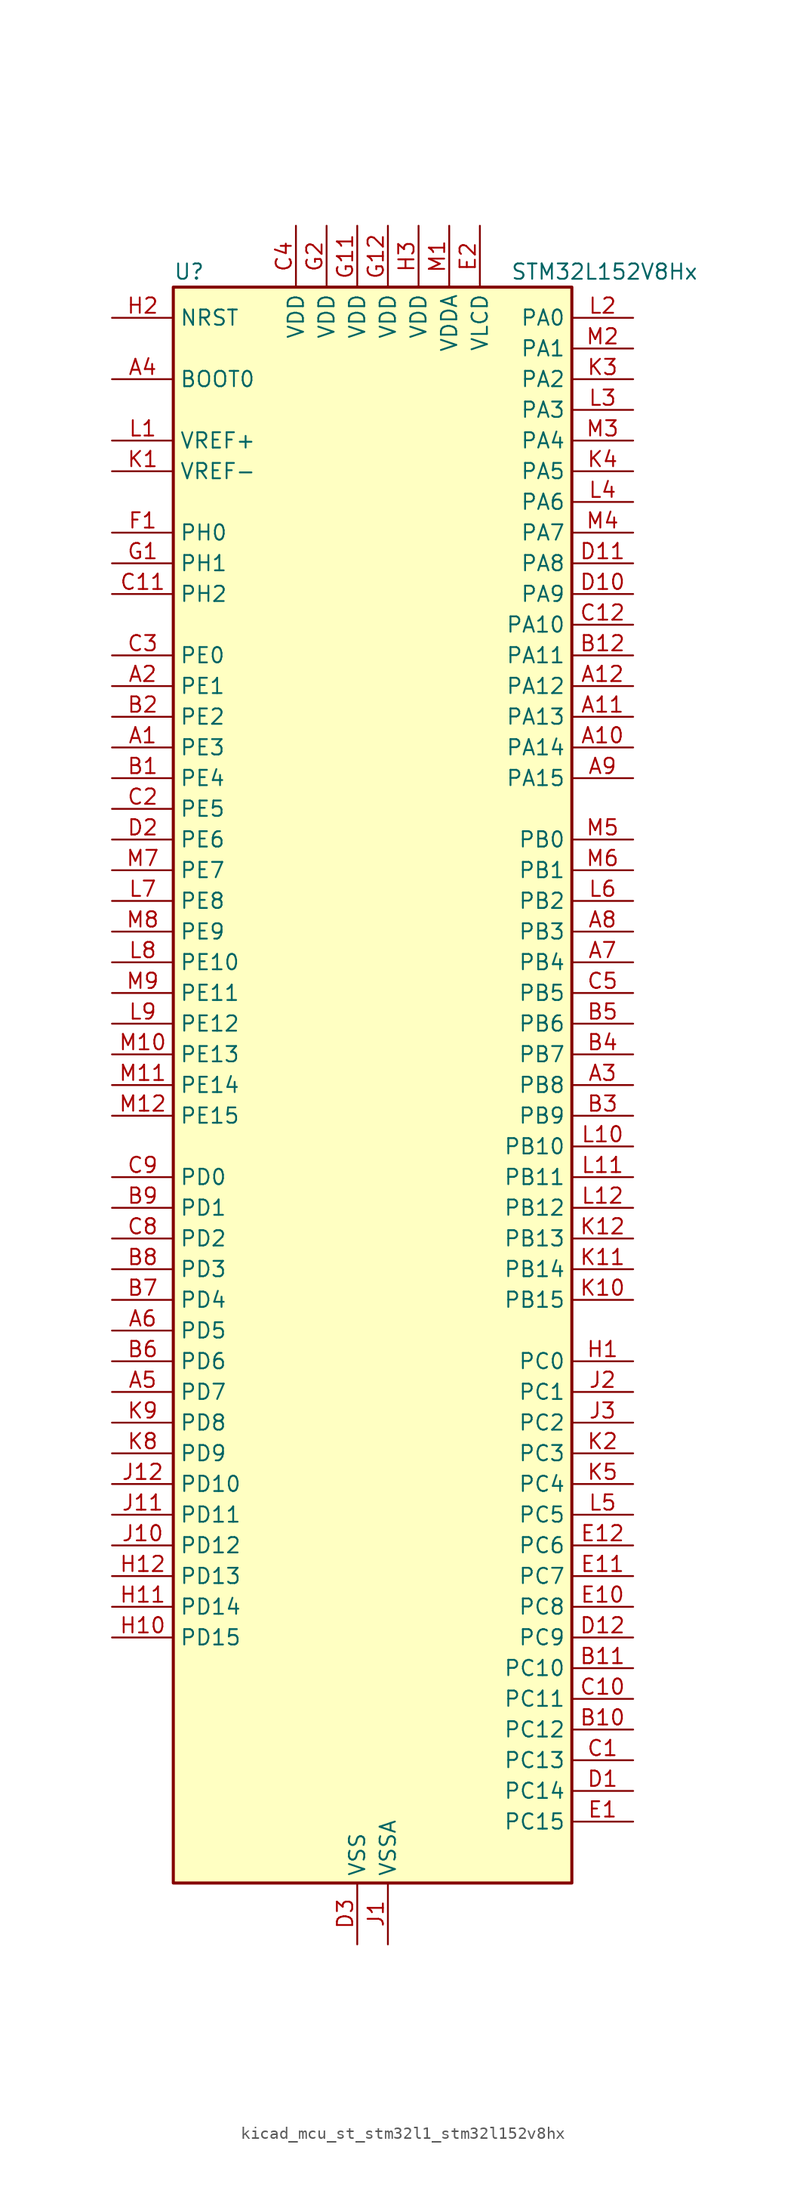
<source format=kicad_sym>
(kicad_symbol_lib
  (version 20220914)
  (generator kicad_symbol_editor)
  (symbol "kicad_mcu_st_stm32l1_stm32l152v8hx"
    (property "Reference" "U"
      (at -15.24 67.31 0)
      (effects (font (size 1.27 1.27)) (justify left)))
    (property "Value" "STM32L152V8Hx"
      (at 12.7 67.31 0)
      (effects (font (size 1.27 1.27)) (justify left)))
    (property "ki_locked" ""
      (at 0 0 0)
      (effects (font (size 1.27 1.27))))
    (symbol "kicad_mcu_st_stm32l1_stm32l152v8hx_0_1"
      (rectangle (start -15.24 -66.04) (end 17.78 66.04) (stroke (width 0.254) (type default)) (fill (type background))))
    (symbol "kicad_mcu_st_stm32l1_stm32l152v8hx_1_1"
      (pin bidirectional line (at -20.32 27.94 0) (length 5.08) (name "PE3" (effects (font (size 1.27 1.27)))) (number "A1" (effects (font (size 1.27 1.27)))) (alternate "LCD_SEG39" bidirectional line) (alternate "SYS_TRACED0" bidirectional line) (alternate "TIM3_CH1" bidirectional line) (alternate "TIMX_IC4" bidirectional line))
      (pin bidirectional line (at 22.86 27.94 180) (length 5.08) (name "PA14" (effects (font (size 1.27 1.27)))) (number "A10" (effects (font (size 1.27 1.27)))) (alternate "SYS_JTCK-SWCLK" bidirectional line) (alternate "TIMX_IC3" bidirectional line) (alternate "TS_G5_IO2" bidirectional line))
      (pin bidirectional line (at 22.86 30.48 180) (length 5.08) (name "PA13" (effects (font (size 1.27 1.27)))) (number "A11" (effects (font (size 1.27 1.27)))) (alternate "SYS_JTMS-SWDIO" bidirectional line) (alternate "TIMX_IC2" bidirectional line) (alternate "TS_G5_IO1" bidirectional line))
      (pin bidirectional line (at 22.86 33.02 180) (length 5.08) (name "PA12" (effects (font (size 1.27 1.27)))) (number "A12" (effects (font (size 1.27 1.27)))) (alternate "SPI1_MOSI" bidirectional line) (alternate "TIMX_IC1" bidirectional line) (alternate "USART1_RTS" bidirectional line) (alternate "USB_DP" bidirectional line))
      (pin bidirectional line (at -20.32 33.02 0) (length 5.08) (name "PE1" (effects (font (size 1.27 1.27)))) (number "A2" (effects (font (size 1.27 1.27)))) (alternate "LCD_SEG37" bidirectional line) (alternate "TIM11_CH1" bidirectional line) (alternate "TIMX_IC2" bidirectional line))
      (pin bidirectional line (at 22.86 0 180) (length 5.08) (name "PB8" (effects (font (size 1.27 1.27)))) (number "A3" (effects (font (size 1.27 1.27)))) (alternate "I2C1_SCL" bidirectional line) (alternate "LCD_SEG16" bidirectional line) (alternate "TIM10_CH1" bidirectional line) (alternate "TIM4_CH3" bidirectional line))
      (pin input line (at -20.32 58.42 0) (length 5.08) (name "BOOT0" (effects (font (size 1.27 1.27)))) (number "A4" (effects (font (size 1.27 1.27)))))
      (pin bidirectional line (at -20.32 -25.4 0) (length 5.08) (name "PD7" (effects (font (size 1.27 1.27)))) (number "A5" (effects (font (size 1.27 1.27)))) (alternate "TIM9_CH2" bidirectional line) (alternate "TIMX_IC4" bidirectional line) (alternate "USART2_CK" bidirectional line))
      (pin bidirectional line (at -20.32 -20.32 0) (length 5.08) (name "PD5" (effects (font (size 1.27 1.27)))) (number "A6" (effects (font (size 1.27 1.27)))) (alternate "TIMX_IC2" bidirectional line) (alternate "USART2_TX" bidirectional line))
      (pin bidirectional line (at 22.86 10.16 180) (length 5.08) (name "PB4" (effects (font (size 1.27 1.27)))) (number "A7" (effects (font (size 1.27 1.27)))) (alternate "COMP2_INP" bidirectional line) (alternate "LCD_SEG8" bidirectional line) (alternate "SPI1_MISO" bidirectional line) (alternate "SYS_JTRST" bidirectional line) (alternate "TIM3_CH1" bidirectional line) (alternate "TS_G6_IO1" bidirectional line))
      (pin bidirectional line (at 22.86 12.7 180) (length 5.08) (name "PB3" (effects (font (size 1.27 1.27)))) (number "A8" (effects (font (size 1.27 1.27)))) (alternate "COMP2_INM" bidirectional line) (alternate "LCD_SEG7" bidirectional line) (alternate "SPI1_SCK" bidirectional line) (alternate "SYS_JTDO-TRACESWO" bidirectional line) (alternate "TIM2_CH2" bidirectional line))
      (pin bidirectional line (at 22.86 25.4 180) (length 5.08) (name "PA15" (effects (font (size 1.27 1.27)))) (number "A9" (effects (font (size 1.27 1.27)))) (alternate "ADC_EXTI15" bidirectional line) (alternate "LCD_SEG17" bidirectional line) (alternate "SPI1_NSS" bidirectional line) (alternate "SYS_JTDI" bidirectional line) (alternate "TIM2_CH1" bidirectional line) (alternate "TIM2_ETR" bidirectional line) (alternate "TIMX_IC4" bidirectional line) (alternate "TS_G5_IO3" bidirectional line))
      (pin bidirectional line (at -20.32 25.4 0) (length 5.08) (name "PE4" (effects (font (size 1.27 1.27)))) (number "B1" (effects (font (size 1.27 1.27)))) (alternate "SYS_TRACED1" bidirectional line) (alternate "TIM3_CH2" bidirectional line) (alternate "TIMX_IC1" bidirectional line))
      (pin bidirectional line (at 22.86 -53.34 180) (length 5.08) (name "PC12" (effects (font (size 1.27 1.27)))) (number "B10" (effects (font (size 1.27 1.27)))) (alternate "LCD_COM6" bidirectional line) (alternate "LCD_SEG30" bidirectional line) (alternate "LCD_SEG42" bidirectional line) (alternate "TIMX_IC1" bidirectional line) (alternate "USART3_CK" bidirectional line))
      (pin bidirectional line (at 22.86 -48.26 180) (length 5.08) (name "PC10" (effects (font (size 1.27 1.27)))) (number "B11" (effects (font (size 1.27 1.27)))) (alternate "LCD_COM4" bidirectional line) (alternate "LCD_SEG28" bidirectional line) (alternate "LCD_SEG40" bidirectional line) (alternate "TIMX_IC3" bidirectional line) (alternate "USART3_TX" bidirectional line))
      (pin bidirectional line (at 22.86 35.56 180) (length 5.08) (name "PA11" (effects (font (size 1.27 1.27)))) (number "B12" (effects (font (size 1.27 1.27)))) (alternate "ADC_EXTI11" bidirectional line) (alternate "SPI1_MISO" bidirectional line) (alternate "TIMX_IC4" bidirectional line) (alternate "USART1_CTS" bidirectional line) (alternate "USB_DM" bidirectional line))
      (pin bidirectional line (at -20.32 30.48 0) (length 5.08) (name "PE2" (effects (font (size 1.27 1.27)))) (number "B2" (effects (font (size 1.27 1.27)))) (alternate "LCD_SEG38" bidirectional line) (alternate "SYS_TRACECK" bidirectional line) (alternate "TIM3_ETR" bidirectional line) (alternate "TIMX_IC3" bidirectional line))
      (pin bidirectional line (at 22.86 -2.54 180) (length 5.08) (name "PB9" (effects (font (size 1.27 1.27)))) (number "B3" (effects (font (size 1.27 1.27)))) (alternate "DAC_EXTI9" bidirectional line) (alternate "I2C1_SDA" bidirectional line) (alternate "LCD_COM3" bidirectional line) (alternate "TIM11_CH1" bidirectional line) (alternate "TIM4_CH4" bidirectional line))
      (pin bidirectional line (at 22.86 2.54 180) (length 5.08) (name "PB7" (effects (font (size 1.27 1.27)))) (number "B4" (effects (font (size 1.27 1.27)))) (alternate "I2C1_SDA" bidirectional line) (alternate "SYS_PVD_IN" bidirectional line) (alternate "TIM4_CH2" bidirectional line) (alternate "USART1_RX" bidirectional line))
      (pin bidirectional line (at 22.86 5.08 180) (length 5.08) (name "PB6" (effects (font (size 1.27 1.27)))) (number "B5" (effects (font (size 1.27 1.27)))) (alternate "I2C1_SCL" bidirectional line) (alternate "TIM4_CH1" bidirectional line) (alternate "USART1_TX" bidirectional line))
      (pin bidirectional line (at -20.32 -22.86 0) (length 5.08) (name "PD6" (effects (font (size 1.27 1.27)))) (number "B6" (effects (font (size 1.27 1.27)))) (alternate "TIMX_IC3" bidirectional line) (alternate "USART2_RX" bidirectional line))
      (pin bidirectional line (at -20.32 -17.78 0) (length 5.08) (name "PD4" (effects (font (size 1.27 1.27)))) (number "B7" (effects (font (size 1.27 1.27)))) (alternate "SPI2_MOSI" bidirectional line) (alternate "TIMX_IC1" bidirectional line) (alternate "USART2_RTS" bidirectional line))
      (pin bidirectional line (at -20.32 -15.24 0) (length 5.08) (name "PD3" (effects (font (size 1.27 1.27)))) (number "B8" (effects (font (size 1.27 1.27)))) (alternate "SPI2_MISO" bidirectional line) (alternate "TIMX_IC4" bidirectional line) (alternate "USART2_CTS" bidirectional line))
      (pin bidirectional line (at -20.32 -10.16 0) (length 5.08) (name "PD1" (effects (font (size 1.27 1.27)))) (number "B9" (effects (font (size 1.27 1.27)))) (alternate "SPI2_SCK" bidirectional line) (alternate "TIMX_IC2" bidirectional line))
      (pin bidirectional line (at 22.86 -55.88 180) (length 5.08) (name "PC13" (effects (font (size 1.27 1.27)))) (number "C1" (effects (font (size 1.27 1.27)))) (alternate "RTC_OUT_ALARM" bidirectional line) (alternate "RTC_OUT_CALIB" bidirectional line) (alternate "RTC_TAMP1" bidirectional line) (alternate "RTC_TS" bidirectional line) (alternate "SYS_WKUP2" bidirectional line) (alternate "TIMX_IC2" bidirectional line))
      (pin bidirectional line (at 22.86 -50.8 180) (length 5.08) (name "PC11" (effects (font (size 1.27 1.27)))) (number "C10" (effects (font (size 1.27 1.27)))) (alternate "ADC_EXTI11" bidirectional line) (alternate "LCD_COM5" bidirectional line) (alternate "LCD_SEG29" bidirectional line) (alternate "LCD_SEG41" bidirectional line) (alternate "TIMX_IC4" bidirectional line) (alternate "USART3_RX" bidirectional line))
      (pin bidirectional line (at -20.32 40.64 0) (length 5.08) (name "PH2" (effects (font (size 1.27 1.27)))) (number "C11" (effects (font (size 1.27 1.27)))))
      (pin bidirectional line (at 22.86 38.1 180) (length 5.08) (name "PA10" (effects (font (size 1.27 1.27)))) (number "C12" (effects (font (size 1.27 1.27)))) (alternate "LCD_COM2" bidirectional line) (alternate "TIMX_IC3" bidirectional line) (alternate "TS_G4_IO3" bidirectional line) (alternate "USART1_RX" bidirectional line))
      (pin bidirectional line (at -20.32 22.86 0) (length 5.08) (name "PE5" (effects (font (size 1.27 1.27)))) (number "C2" (effects (font (size 1.27 1.27)))) (alternate "SYS_TRACED2" bidirectional line) (alternate "TIM9_CH1" bidirectional line) (alternate "TIMX_IC2" bidirectional line))
      (pin bidirectional line (at -20.32 35.56 0) (length 5.08) (name "PE0" (effects (font (size 1.27 1.27)))) (number "C3" (effects (font (size 1.27 1.27)))) (alternate "LCD_SEG36" bidirectional line) (alternate "TIM10_CH1" bidirectional line) (alternate "TIM4_ETR" bidirectional line) (alternate "TIMX_IC1" bidirectional line))
      (pin power_in line (at -5.08 71.12 270) (length 5.08) (name "VDD" (effects (font (size 1.27 1.27)))) (number "C4" (effects (font (size 1.27 1.27)))))
      (pin bidirectional line (at 22.86 7.62 180) (length 5.08) (name "PB5" (effects (font (size 1.27 1.27)))) (number "C5" (effects (font (size 1.27 1.27)))) (alternate "COMP2_INP" bidirectional line) (alternate "I2C1_SMBA" bidirectional line) (alternate "LCD_SEG9" bidirectional line) (alternate "SPI1_MOSI" bidirectional line) (alternate "TIM3_CH2" bidirectional line) (alternate "TS_G6_IO2" bidirectional line))
      (pin bidirectional line (at -20.32 -12.7 0) (length 5.08) (name "PD2" (effects (font (size 1.27 1.27)))) (number "C8" (effects (font (size 1.27 1.27)))) (alternate "LCD_COM7" bidirectional line) (alternate "LCD_SEG31" bidirectional line) (alternate "LCD_SEG43" bidirectional line) (alternate "TIM3_ETR" bidirectional line) (alternate "TIMX_IC3" bidirectional line))
      (pin bidirectional line (at -20.32 -7.62 0) (length 5.08) (name "PD0" (effects (font (size 1.27 1.27)))) (number "C9" (effects (font (size 1.27 1.27)))) (alternate "SPI2_NSS" bidirectional line) (alternate "TIM9_CH1" bidirectional line) (alternate "TIMX_IC1" bidirectional line))
      (pin bidirectional line (at 22.86 -58.42 180) (length 5.08) (name "PC14" (effects (font (size 1.27 1.27)))) (number "D1" (effects (font (size 1.27 1.27)))) (alternate "RCC_OSC32_IN" bidirectional line) (alternate "TIMX_IC3" bidirectional line))
      (pin bidirectional line (at 22.86 40.64 180) (length 5.08) (name "PA9" (effects (font (size 1.27 1.27)))) (number "D10" (effects (font (size 1.27 1.27)))) (alternate "DAC_EXTI9" bidirectional line) (alternate "LCD_COM1" bidirectional line) (alternate "TIMX_IC2" bidirectional line) (alternate "TS_G4_IO2" bidirectional line) (alternate "USART1_TX" bidirectional line))
      (pin bidirectional line (at 22.86 43.18 180) (length 5.08) (name "PA8" (effects (font (size 1.27 1.27)))) (number "D11" (effects (font (size 1.27 1.27)))) (alternate "LCD_COM0" bidirectional line) (alternate "RCC_MCO" bidirectional line) (alternate "TIMX_IC1" bidirectional line) (alternate "TS_G4_IO1" bidirectional line) (alternate "USART1_CK" bidirectional line))
      (pin bidirectional line (at 22.86 -45.72 180) (length 5.08) (name "PC9" (effects (font (size 1.27 1.27)))) (number "D12" (effects (font (size 1.27 1.27)))) (alternate "DAC_EXTI9" bidirectional line) (alternate "LCD_SEG27" bidirectional line) (alternate "TIM3_CH4" bidirectional line) (alternate "TIMX_IC2" bidirectional line) (alternate "TS_G10_IO4" bidirectional line))
      (pin bidirectional line (at -20.32 20.32 0) (length 5.08) (name "PE6" (effects (font (size 1.27 1.27)))) (number "D2" (effects (font (size 1.27 1.27)))) (alternate "SYS_TRACED3" bidirectional line) (alternate "SYS_WKUP3" bidirectional line) (alternate "TIM9_CH2" bidirectional line) (alternate "TIMX_IC3" bidirectional line))
      (pin power_in line (at 0 -71.12 90) (length 5.08) (name "VSS" (effects (font (size 1.27 1.27)))) (number "D3" (effects (font (size 1.27 1.27)))))
      (pin bidirectional line (at 22.86 -60.96 180) (length 5.08) (name "PC15" (effects (font (size 1.27 1.27)))) (number "E1" (effects (font (size 1.27 1.27)))) (alternate "ADC_EXTI15" bidirectional line) (alternate "RCC_OSC32_OUT" bidirectional line) (alternate "TIMX_IC4" bidirectional line))
      (pin bidirectional line (at 22.86 -43.18 180) (length 5.08) (name "PC8" (effects (font (size 1.27 1.27)))) (number "E10" (effects (font (size 1.27 1.27)))) (alternate "LCD_SEG26" bidirectional line) (alternate "TIM3_CH3" bidirectional line) (alternate "TIMX_IC1" bidirectional line) (alternate "TS_G10_IO3" bidirectional line))
      (pin bidirectional line (at 22.86 -40.64 180) (length 5.08) (name "PC7" (effects (font (size 1.27 1.27)))) (number "E11" (effects (font (size 1.27 1.27)))) (alternate "LCD_SEG25" bidirectional line) (alternate "TIM3_CH2" bidirectional line) (alternate "TIMX_IC4" bidirectional line) (alternate "TS_G10_IO2" bidirectional line))
      (pin bidirectional line (at 22.86 -38.1 180) (length 5.08) (name "PC6" (effects (font (size 1.27 1.27)))) (number "E12" (effects (font (size 1.27 1.27)))) (alternate "LCD_SEG24" bidirectional line) (alternate "TIM3_CH1" bidirectional line) (alternate "TIMX_IC3" bidirectional line) (alternate "TS_G10_IO1" bidirectional line))
      (pin power_in line (at 10.16 71.12 270) (length 5.08) (name "VLCD" (effects (font (size 1.27 1.27)))) (number "E2" (effects (font (size 1.27 1.27)))))
      (pin passive line (at 0 -71.12 90) (length 5.08) hide (name "VSS" (effects (font (size 1.27 1.27)))) (number "E3" (effects (font (size 1.27 1.27)))))
      (pin bidirectional line (at -20.32 45.72 0) (length 5.08) (name "PH0" (effects (font (size 1.27 1.27)))) (number "F1" (effects (font (size 1.27 1.27)))) (alternate "RCC_OSC_IN" bidirectional line))
      (pin passive line (at 0 -71.12 90) (length 5.08) hide (name "VSS" (effects (font (size 1.27 1.27)))) (number "F11" (effects (font (size 1.27 1.27)))))
      (pin passive line (at 0 -71.12 90) (length 5.08) hide (name "VSS" (effects (font (size 1.27 1.27)))) (number "F12" (effects (font (size 1.27 1.27)))))
      (pin passive line (at 0 -71.12 90) (length 5.08) hide (name "VSS" (effects (font (size 1.27 1.27)))) (number "F2" (effects (font (size 1.27 1.27)))))
      (pin bidirectional line (at -20.32 43.18 0) (length 5.08) (name "PH1" (effects (font (size 1.27 1.27)))) (number "G1" (effects (font (size 1.27 1.27)))) (alternate "RCC_OSC_OUT" bidirectional line))
      (pin power_in line (at 0 71.12 270) (length 5.08) (name "VDD" (effects (font (size 1.27 1.27)))) (number "G11" (effects (font (size 1.27 1.27)))))
      (pin power_in line (at 2.54 71.12 270) (length 5.08) (name "VDD" (effects (font (size 1.27 1.27)))) (number "G12" (effects (font (size 1.27 1.27)))))
      (pin power_in line (at -2.54 71.12 270) (length 5.08) (name "VDD" (effects (font (size 1.27 1.27)))) (number "G2" (effects (font (size 1.27 1.27)))))
      (pin bidirectional line (at 22.86 -22.86 180) (length 5.08) (name "PC0" (effects (font (size 1.27 1.27)))) (number "H1" (effects (font (size 1.27 1.27)))) (alternate "ADC_IN10" bidirectional line) (alternate "COMP1_INP" bidirectional line) (alternate "LCD_SEG18" bidirectional line) (alternate "TIMX_IC1" bidirectional line) (alternate "TS_G8_IO1" bidirectional line))
      (pin bidirectional line (at -20.32 -45.72 0) (length 5.08) (name "PD15" (effects (font (size 1.27 1.27)))) (number "H10" (effects (font (size 1.27 1.27)))) (alternate "ADC_EXTI15" bidirectional line) (alternate "LCD_SEG35" bidirectional line) (alternate "TIM4_CH4" bidirectional line) (alternate "TIMX_IC4" bidirectional line))
      (pin bidirectional line (at -20.32 -43.18 0) (length 5.08) (name "PD14" (effects (font (size 1.27 1.27)))) (number "H11" (effects (font (size 1.27 1.27)))) (alternate "LCD_SEG34" bidirectional line) (alternate "TIM4_CH3" bidirectional line) (alternate "TIMX_IC3" bidirectional line))
      (pin bidirectional line (at -20.32 -40.64 0) (length 5.08) (name "PD13" (effects (font (size 1.27 1.27)))) (number "H12" (effects (font (size 1.27 1.27)))) (alternate "LCD_SEG33" bidirectional line) (alternate "TIM4_CH2" bidirectional line) (alternate "TIMX_IC2" bidirectional line))
      (pin input line (at -20.32 63.5 0) (length 5.08) (name "NRST" (effects (font (size 1.27 1.27)))) (number "H2" (effects (font (size 1.27 1.27)))))
      (pin power_in line (at 5.08 71.12 270) (length 5.08) (name "VDD" (effects (font (size 1.27 1.27)))) (number "H3" (effects (font (size 1.27 1.27)))))
      (pin power_in line (at 2.54 -71.12 90) (length 5.08) (name "VSSA" (effects (font (size 1.27 1.27)))) (number "J1" (effects (font (size 1.27 1.27)))))
      (pin bidirectional line (at -20.32 -38.1 0) (length 5.08) (name "PD12" (effects (font (size 1.27 1.27)))) (number "J10" (effects (font (size 1.27 1.27)))) (alternate "LCD_SEG32" bidirectional line) (alternate "TIM4_CH1" bidirectional line) (alternate "TIMX_IC1" bidirectional line) (alternate "USART3_RTS" bidirectional line))
      (pin bidirectional line (at -20.32 -35.56 0) (length 5.08) (name "PD11" (effects (font (size 1.27 1.27)))) (number "J11" (effects (font (size 1.27 1.27)))) (alternate "ADC_EXTI11" bidirectional line) (alternate "LCD_SEG31" bidirectional line) (alternate "TIMX_IC4" bidirectional line) (alternate "USART3_CTS" bidirectional line))
      (pin bidirectional line (at -20.32 -33.02 0) (length 5.08) (name "PD10" (effects (font (size 1.27 1.27)))) (number "J12" (effects (font (size 1.27 1.27)))) (alternate "LCD_SEG30" bidirectional line) (alternate "TIMX_IC3" bidirectional line) (alternate "USART3_CK" bidirectional line))
      (pin bidirectional line (at 22.86 -25.4 180) (length 5.08) (name "PC1" (effects (font (size 1.27 1.27)))) (number "J2" (effects (font (size 1.27 1.27)))) (alternate "ADC_IN11" bidirectional line) (alternate "COMP1_INP" bidirectional line) (alternate "LCD_SEG19" bidirectional line) (alternate "TIMX_IC2" bidirectional line) (alternate "TS_G8_IO2" bidirectional line))
      (pin bidirectional line (at 22.86 -27.94 180) (length 5.08) (name "PC2" (effects (font (size 1.27 1.27)))) (number "J3" (effects (font (size 1.27 1.27)))) (alternate "ADC_IN12" bidirectional line) (alternate "COMP1_INP" bidirectional line) (alternate "LCD_SEG20" bidirectional line) (alternate "TIMX_IC3" bidirectional line) (alternate "TS_G8_IO3" bidirectional line))
      (pin input line (at -20.32 50.8 0) (length 5.08) (name "VREF-" (effects (font (size 1.27 1.27)))) (number "K1" (effects (font (size 1.27 1.27)))))
      (pin bidirectional line (at 22.86 -17.78 180) (length 5.08) (name "PB15" (effects (font (size 1.27 1.27)))) (number "K10" (effects (font (size 1.27 1.27)))) (alternate "ADC_EXTI15" bidirectional line) (alternate "ADC_IN21" bidirectional line) (alternate "COMP1_INP" bidirectional line) (alternate "LCD_SEG15" bidirectional line) (alternate "RTC_REFIN" bidirectional line) (alternate "SPI2_MOSI" bidirectional line) (alternate "TIM11_CH1" bidirectional line) (alternate "TS_G7_IO4" bidirectional line))
      (pin bidirectional line (at 22.86 -15.24 180) (length 5.08) (name "PB14" (effects (font (size 1.27 1.27)))) (number "K11" (effects (font (size 1.27 1.27)))) (alternate "ADC_IN20" bidirectional line) (alternate "COMP1_INP" bidirectional line) (alternate "LCD_SEG14" bidirectional line) (alternate "SPI2_MISO" bidirectional line) (alternate "TIM9_CH2" bidirectional line) (alternate "TS_G7_IO3" bidirectional line) (alternate "USART3_RTS" bidirectional line))
      (pin bidirectional line (at 22.86 -12.7 180) (length 5.08) (name "PB13" (effects (font (size 1.27 1.27)))) (number "K12" (effects (font (size 1.27 1.27)))) (alternate "ADC_IN19" bidirectional line) (alternate "COMP1_INP" bidirectional line) (alternate "LCD_SEG13" bidirectional line) (alternate "SPI2_SCK" bidirectional line) (alternate "TIM9_CH1" bidirectional line) (alternate "TS_G7_IO2" bidirectional line) (alternate "USART3_CTS" bidirectional line))
      (pin bidirectional line (at 22.86 -30.48 180) (length 5.08) (name "PC3" (effects (font (size 1.27 1.27)))) (number "K2" (effects (font (size 1.27 1.27)))) (alternate "ADC_IN13" bidirectional line) (alternate "COMP1_INP" bidirectional line) (alternate "LCD_SEG21" bidirectional line) (alternate "TIMX_IC4" bidirectional line) (alternate "TS_G8_IO4" bidirectional line))
      (pin bidirectional line (at 22.86 58.42 180) (length 5.08) (name "PA2" (effects (font (size 1.27 1.27)))) (number "K3" (effects (font (size 1.27 1.27)))) (alternate "ADC_IN2" bidirectional line) (alternate "COMP1_INP" bidirectional line) (alternate "LCD_SEG1" bidirectional line) (alternate "TIM2_CH3" bidirectional line) (alternate "TIM9_CH1" bidirectional line) (alternate "TIMX_IC3" bidirectional line) (alternate "TS_G1_IO3" bidirectional line) (alternate "USART2_TX" bidirectional line))
      (pin bidirectional line (at 22.86 50.8 180) (length 5.08) (name "PA5" (effects (font (size 1.27 1.27)))) (number "K4" (effects (font (size 1.27 1.27)))) (alternate "ADC_IN5" bidirectional line) (alternate "COMP1_INP" bidirectional line) (alternate "DAC_OUT2" bidirectional line) (alternate "SPI1_SCK" bidirectional line) (alternate "TIM2_CH1" bidirectional line) (alternate "TIM2_ETR" bidirectional line) (alternate "TIMX_IC2" bidirectional line))
      (pin bidirectional line (at 22.86 -33.02 180) (length 5.08) (name "PC4" (effects (font (size 1.27 1.27)))) (number "K5" (effects (font (size 1.27 1.27)))) (alternate "ADC_IN14" bidirectional line) (alternate "COMP1_INP" bidirectional line) (alternate "LCD_SEG22" bidirectional line) (alternate "TIMX_IC1" bidirectional line) (alternate "TS_G9_IO1" bidirectional line))
      (pin bidirectional line (at -20.32 -30.48 0) (length 5.08) (name "PD9" (effects (font (size 1.27 1.27)))) (number "K8" (effects (font (size 1.27 1.27)))) (alternate "DAC_EXTI9" bidirectional line) (alternate "LCD_SEG29" bidirectional line) (alternate "TIMX_IC2" bidirectional line) (alternate "USART3_RX" bidirectional line))
      (pin bidirectional line (at -20.32 -27.94 0) (length 5.08) (name "PD8" (effects (font (size 1.27 1.27)))) (number "K9" (effects (font (size 1.27 1.27)))) (alternate "LCD_SEG28" bidirectional line) (alternate "TIMX_IC1" bidirectional line) (alternate "USART3_TX" bidirectional line))
      (pin input line (at -20.32 53.34 0) (length 5.08) (name "VREF+" (effects (font (size 1.27 1.27)))) (number "L1" (effects (font (size 1.27 1.27)))))
      (pin bidirectional line (at 22.86 -5.08 180) (length 5.08) (name "PB10" (effects (font (size 1.27 1.27)))) (number "L10" (effects (font (size 1.27 1.27)))) (alternate "I2C2_SCL" bidirectional line) (alternate "LCD_SEG10" bidirectional line) (alternate "TIM2_CH3" bidirectional line) (alternate "USART3_TX" bidirectional line))
      (pin bidirectional line (at 22.86 -7.62 180) (length 5.08) (name "PB11" (effects (font (size 1.27 1.27)))) (number "L11" (effects (font (size 1.27 1.27)))) (alternate "ADC_EXTI11" bidirectional line) (alternate "I2C2_SDA" bidirectional line) (alternate "LCD_SEG11" bidirectional line) (alternate "TIM2_CH4" bidirectional line) (alternate "USART3_RX" bidirectional line))
      (pin bidirectional line (at 22.86 -10.16 180) (length 5.08) (name "PB12" (effects (font (size 1.27 1.27)))) (number "L12" (effects (font (size 1.27 1.27)))) (alternate "ADC_IN18" bidirectional line) (alternate "COMP1_INP" bidirectional line) (alternate "I2C2_SMBA" bidirectional line) (alternate "LCD_SEG12" bidirectional line) (alternate "SPI2_NSS" bidirectional line) (alternate "TIM10_CH1" bidirectional line) (alternate "TS_G7_IO1" bidirectional line) (alternate "USART3_CK" bidirectional line))
      (pin bidirectional line (at 22.86 63.5 180) (length 5.08) (name "PA0" (effects (font (size 1.27 1.27)))) (number "L2" (effects (font (size 1.27 1.27)))) (alternate "ADC_IN0" bidirectional line) (alternate "COMP1_INP" bidirectional line) (alternate "SYS_WKUP1" bidirectional line) (alternate "TIM2_CH1" bidirectional line) (alternate "TIM2_ETR" bidirectional line) (alternate "TIMX_IC1" bidirectional line) (alternate "TS_G1_IO1" bidirectional line) (alternate "USART2_CTS" bidirectional line))
      (pin bidirectional line (at 22.86 55.88 180) (length 5.08) (name "PA3" (effects (font (size 1.27 1.27)))) (number "L3" (effects (font (size 1.27 1.27)))) (alternate "ADC_IN3" bidirectional line) (alternate "COMP1_INP" bidirectional line) (alternate "LCD_SEG2" bidirectional line) (alternate "TIM2_CH4" bidirectional line) (alternate "TIM9_CH2" bidirectional line) (alternate "TIMX_IC4" bidirectional line) (alternate "TS_G1_IO4" bidirectional line) (alternate "USART2_RX" bidirectional line))
      (pin bidirectional line (at 22.86 48.26 180) (length 5.08) (name "PA6" (effects (font (size 1.27 1.27)))) (number "L4" (effects (font (size 1.27 1.27)))) (alternate "ADC_IN6" bidirectional line) (alternate "COMP1_INP" bidirectional line) (alternate "LCD_SEG3" bidirectional line) (alternate "SPI1_MISO" bidirectional line) (alternate "TIM10_CH1" bidirectional line) (alternate "TIM3_CH1" bidirectional line) (alternate "TIMX_IC3" bidirectional line) (alternate "TS_G2_IO1" bidirectional line))
      (pin bidirectional line (at 22.86 -35.56 180) (length 5.08) (name "PC5" (effects (font (size 1.27 1.27)))) (number "L5" (effects (font (size 1.27 1.27)))) (alternate "ADC_IN15" bidirectional line) (alternate "COMP1_INP" bidirectional line) (alternate "LCD_SEG23" bidirectional line) (alternate "TIMX_IC2" bidirectional line) (alternate "TS_G9_IO2" bidirectional line))
      (pin bidirectional line (at 22.86 15.24 180) (length 5.08) (name "PB2" (effects (font (size 1.27 1.27)))) (number "L6" (effects (font (size 1.27 1.27)))))
      (pin bidirectional line (at -20.32 15.24 0) (length 5.08) (name "PE8" (effects (font (size 1.27 1.27)))) (number "L7" (effects (font (size 1.27 1.27)))) (alternate "ADC_IN23" bidirectional line) (alternate "COMP1_INP" bidirectional line) (alternate "TIMX_IC1" bidirectional line))
      (pin bidirectional line (at -20.32 10.16 0) (length 5.08) (name "PE10" (effects (font (size 1.27 1.27)))) (number "L8" (effects (font (size 1.27 1.27)))) (alternate "ADC_IN25" bidirectional line) (alternate "COMP1_INP" bidirectional line) (alternate "TIM2_CH2" bidirectional line) (alternate "TIMX_IC3" bidirectional line))
      (pin bidirectional line (at -20.32 5.08 0) (length 5.08) (name "PE12" (effects (font (size 1.27 1.27)))) (number "L9" (effects (font (size 1.27 1.27)))) (alternate "SPI1_NSS" bidirectional line) (alternate "TIM2_CH4" bidirectional line) (alternate "TIMX_IC1" bidirectional line))
      (pin power_in line (at 7.62 71.12 270) (length 5.08) (name "VDDA" (effects (font (size 1.27 1.27)))) (number "M1" (effects (font (size 1.27 1.27)))))
      (pin bidirectional line (at -20.32 2.54 0) (length 5.08) (name "PE13" (effects (font (size 1.27 1.27)))) (number "M10" (effects (font (size 1.27 1.27)))) (alternate "SPI1_SCK" bidirectional line) (alternate "TIMX_IC2" bidirectional line))
      (pin bidirectional line (at -20.32 0 0) (length 5.08) (name "PE14" (effects (font (size 1.27 1.27)))) (number "M11" (effects (font (size 1.27 1.27)))) (alternate "SPI1_MISO" bidirectional line) (alternate "TIMX_IC3" bidirectional line))
      (pin bidirectional line (at -20.32 -2.54 0) (length 5.08) (name "PE15" (effects (font (size 1.27 1.27)))) (number "M12" (effects (font (size 1.27 1.27)))) (alternate "ADC_EXTI15" bidirectional line) (alternate "SPI1_MOSI" bidirectional line) (alternate "TIMX_IC4" bidirectional line))
      (pin bidirectional line (at 22.86 60.96 180) (length 5.08) (name "PA1" (effects (font (size 1.27 1.27)))) (number "M2" (effects (font (size 1.27 1.27)))) (alternate "ADC_IN1" bidirectional line) (alternate "COMP1_INP" bidirectional line) (alternate "LCD_SEG0" bidirectional line) (alternate "TIM2_CH2" bidirectional line) (alternate "TIMX_IC2" bidirectional line) (alternate "TS_G1_IO2" bidirectional line) (alternate "USART2_RTS" bidirectional line))
      (pin bidirectional line (at 22.86 53.34 180) (length 5.08) (name "PA4" (effects (font (size 1.27 1.27)))) (number "M3" (effects (font (size 1.27 1.27)))) (alternate "ADC_IN4" bidirectional line) (alternate "COMP1_INP" bidirectional line) (alternate "DAC_OUT1" bidirectional line) (alternate "SPI1_NSS" bidirectional line) (alternate "TIMX_IC1" bidirectional line) (alternate "USART2_CK" bidirectional line))
      (pin bidirectional line (at 22.86 45.72 180) (length 5.08) (name "PA7" (effects (font (size 1.27 1.27)))) (number "M4" (effects (font (size 1.27 1.27)))) (alternate "ADC_IN7" bidirectional line) (alternate "COMP1_INP" bidirectional line) (alternate "LCD_SEG4" bidirectional line) (alternate "SPI1_MOSI" bidirectional line) (alternate "TIM11_CH1" bidirectional line) (alternate "TIM3_CH2" bidirectional line) (alternate "TIMX_IC4" bidirectional line) (alternate "TS_G2_IO2" bidirectional line))
      (pin bidirectional line (at 22.86 20.32 180) (length 5.08) (name "PB0" (effects (font (size 1.27 1.27)))) (number "M5" (effects (font (size 1.27 1.27)))) (alternate "ADC_IN8" bidirectional line) (alternate "COMP1_INP" bidirectional line) (alternate "LCD_SEG5" bidirectional line) (alternate "SYS_V_REF_OUT" bidirectional line) (alternate "TIM3_CH3" bidirectional line) (alternate "TS_G3_IO1" bidirectional line))
      (pin bidirectional line (at 22.86 17.78 180) (length 5.08) (name "PB1" (effects (font (size 1.27 1.27)))) (number "M6" (effects (font (size 1.27 1.27)))) (alternate "ADC_IN9" bidirectional line) (alternate "COMP1_INP" bidirectional line) (alternate "LCD_SEG6" bidirectional line) (alternate "SYS_V_REF_OUT" bidirectional line) (alternate "TIM3_CH4" bidirectional line) (alternate "TS_G3_IO2" bidirectional line))
      (pin bidirectional line (at -20.32 17.78 0) (length 5.08) (name "PE7" (effects (font (size 1.27 1.27)))) (number "M7" (effects (font (size 1.27 1.27)))) (alternate "ADC_IN22" bidirectional line) (alternate "COMP1_INP" bidirectional line) (alternate "TIMX_IC4" bidirectional line))
      (pin bidirectional line (at -20.32 12.7 0) (length 5.08) (name "PE9" (effects (font (size 1.27 1.27)))) (number "M8" (effects (font (size 1.27 1.27)))) (alternate "ADC_IN24" bidirectional line) (alternate "COMP1_INP" bidirectional line) (alternate "DAC_EXTI9" bidirectional line) (alternate "TIM2_CH1" bidirectional line) (alternate "TIM2_ETR" bidirectional line) (alternate "TIMX_IC2" bidirectional line))
      (pin bidirectional line (at -20.32 7.62 0) (length 5.08) (name "PE11" (effects (font (size 1.27 1.27)))) (number "M9" (effects (font (size 1.27 1.27)))) (alternate "ADC_EXTI11" bidirectional line) (alternate "TIM2_CH3" bidirectional line) (alternate "TIMX_IC4" bidirectional line)))))
</source>
